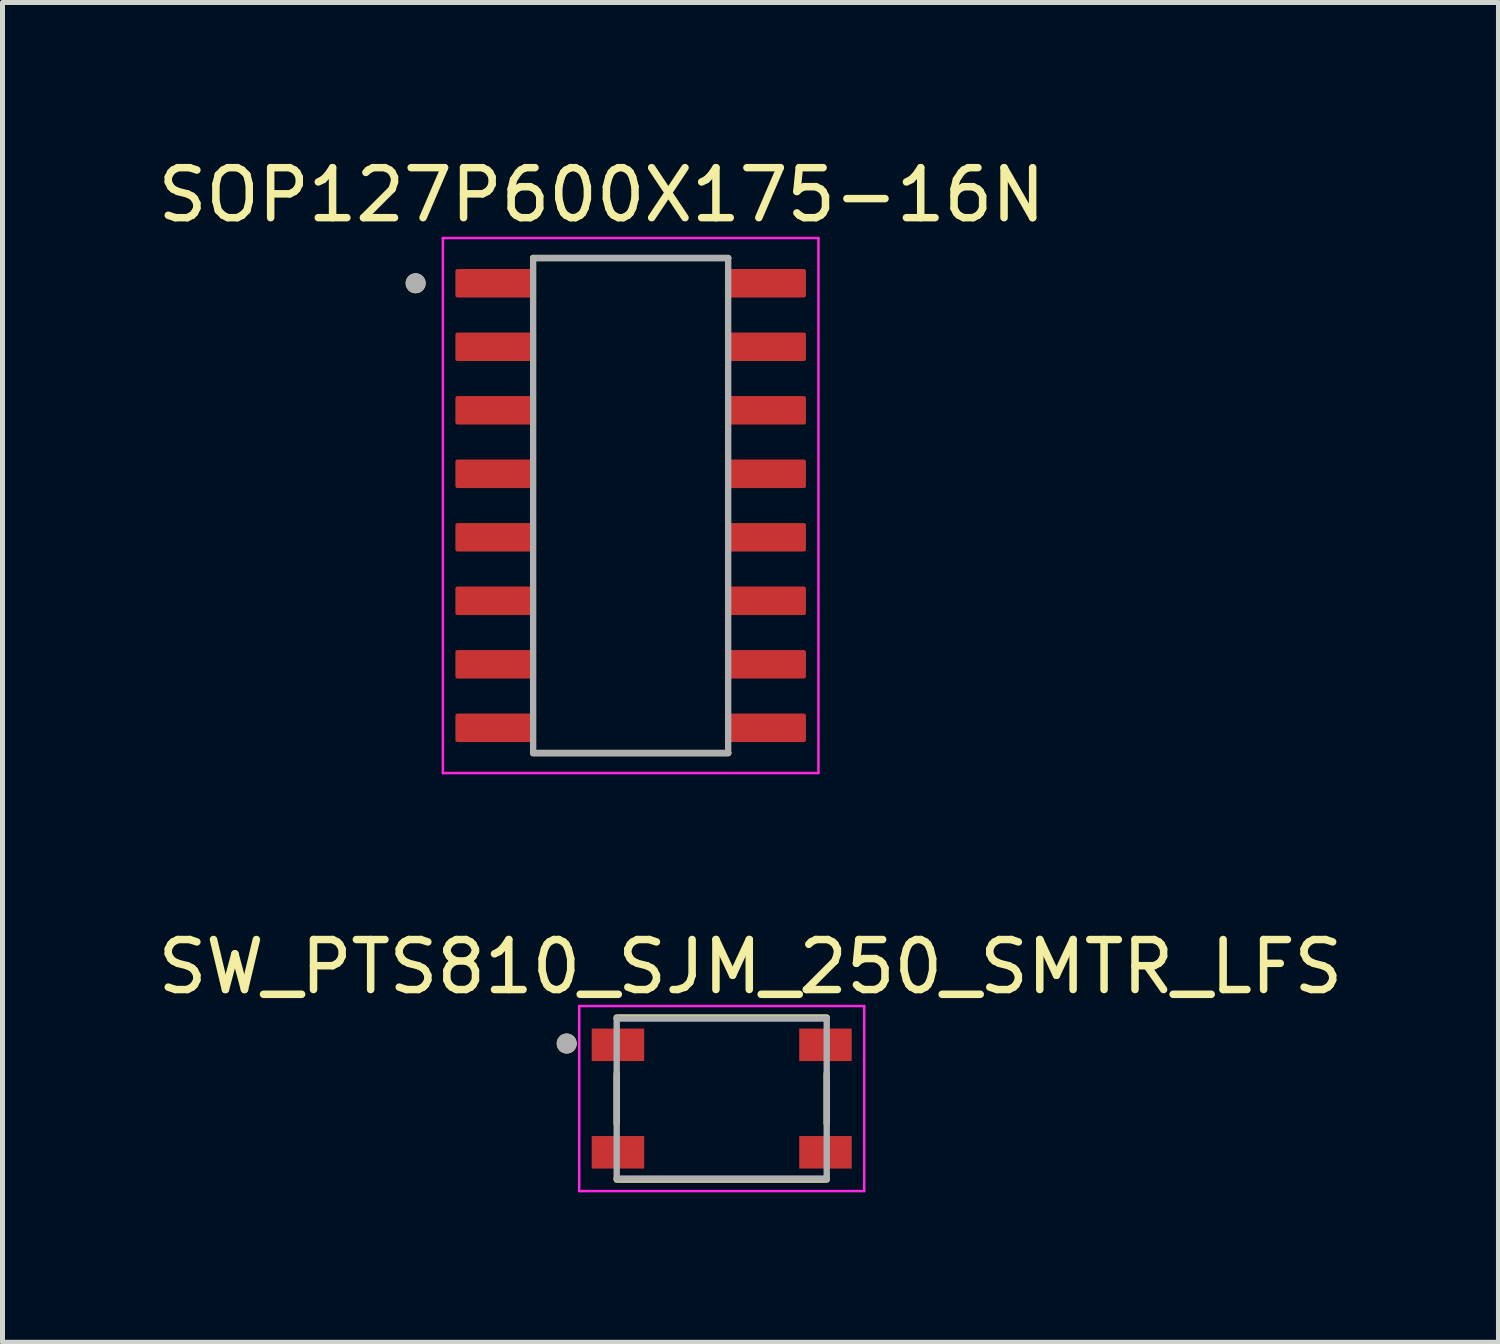
<source format=kicad_pcb>
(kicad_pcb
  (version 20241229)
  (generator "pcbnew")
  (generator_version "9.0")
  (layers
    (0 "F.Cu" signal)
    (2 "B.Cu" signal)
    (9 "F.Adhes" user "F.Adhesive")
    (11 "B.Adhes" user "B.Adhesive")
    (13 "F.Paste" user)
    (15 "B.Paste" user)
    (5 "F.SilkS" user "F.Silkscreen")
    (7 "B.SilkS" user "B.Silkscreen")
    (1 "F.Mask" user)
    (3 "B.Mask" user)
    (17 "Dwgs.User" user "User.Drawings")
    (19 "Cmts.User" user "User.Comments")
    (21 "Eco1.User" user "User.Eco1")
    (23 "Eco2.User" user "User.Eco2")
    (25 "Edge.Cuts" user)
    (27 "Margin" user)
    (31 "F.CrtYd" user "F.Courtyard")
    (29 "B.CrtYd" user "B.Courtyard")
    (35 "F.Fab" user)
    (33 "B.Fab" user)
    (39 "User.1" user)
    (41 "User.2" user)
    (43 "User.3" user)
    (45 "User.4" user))
  (footprint "SOP127P600X175-16N"
    (layer "F.Cu")
    (at 9.562 7.06)
    (property "Reference" "SOP127P600X175-16N" (at -0.58 -6.212 0) (layer "F.SilkS") (effects (font (size 1 1) (thickness 0.15))))
    (attr smd)
    (fp_line (start -1.95 -4.95) (end 1.95 -4.95) (stroke (width 0.127) (type solid)) (layer "F.SilkS"))
    (fp_line (start -1.95 4.95) (end 1.95 4.95) (stroke (width 0.127) (type solid)) (layer "F.SilkS"))
    (fp_circle (center -4.3 -4.445) (end -4.2 -4.445) (stroke (width 0.2) (type solid)) (fill no) (layer "F.SilkS"))
    (fp_line (start -3.755 -5.35) (end -3.755 5.35) (stroke (width 0.05) (type solid)) (layer "F.CrtYd"))
    (fp_line (start -3.755 -5.35) (end 3.755 -5.35) (stroke (width 0.05) (type solid)) (layer "F.CrtYd"))
    (fp_line (start -3.755 5.35) (end 3.755 5.35) (stroke (width 0.05) (type solid)) (layer "F.CrtYd"))
    (fp_line (start 3.755 -5.35) (end 3.755 5.35) (stroke (width 0.05) (type solid)) (layer "F.CrtYd"))
    (fp_line (start -1.95 -4.95) (end -1.95 4.95) (stroke (width 0.127) (type solid)) (layer "F.Fab"))
    (fp_line (start -1.95 -4.95) (end 1.95 -4.95) (stroke (width 0.127) (type solid)) (layer "F.Fab"))
    (fp_line (start -1.95 4.95) (end 1.95 4.95) (stroke (width 0.127) (type solid)) (layer "F.Fab"))
    (fp_line (start 1.95 -4.95) (end 1.95 4.95) (stroke (width 0.127) (type solid)) (layer "F.Fab"))
    (fp_circle (center -4.3 -4.445) (end -4.2 -4.445) (stroke (width 0.2) (type solid)) (fill no) (layer "F.Fab"))
    (pad "1" smd roundrect (at -2.71 -4.445) (size 1.59 0.57) (layers "F.Cu" "F.Mask" "F.Paste") (roundrect_rratio 0.07))
    (pad "2" smd roundrect (at -2.71 -3.175) (size 1.59 0.57) (layers "F.Cu" "F.Mask" "F.Paste") (roundrect_rratio 0.07))
    (pad "3" smd roundrect (at -2.71 -1.905) (size 1.59 0.57) (layers "F.Cu" "F.Mask" "F.Paste") (roundrect_rratio 0.07))
    (pad "4" smd roundrect (at -2.71 -0.635) (size 1.59 0.57) (layers "F.Cu" "F.Mask" "F.Paste") (roundrect_rratio 0.07))
    (pad "5" smd roundrect (at -2.71 0.635) (size 1.59 0.57) (layers "F.Cu" "F.Mask" "F.Paste") (roundrect_rratio 0.07))
    (pad "6" smd roundrect (at -2.71 1.905) (size 1.59 0.57) (layers "F.Cu" "F.Mask" "F.Paste") (roundrect_rratio 0.07))
    (pad "7" smd roundrect (at -2.71 3.175) (size 1.59 0.57) (layers "F.Cu" "F.Mask" "F.Paste") (roundrect_rratio 0.07))
    (pad "8" smd roundrect (at -2.71 4.445) (size 1.59 0.57) (layers "F.Cu" "F.Mask" "F.Paste") (roundrect_rratio 0.07))
    (pad "9" smd roundrect (at 2.71 4.445) (size 1.59 0.57) (layers "F.Cu" "F.Mask" "F.Paste") (roundrect_rratio 0.07))
    (pad "10" smd roundrect (at 2.71 3.175) (size 1.59 0.57) (layers "F.Cu" "F.Mask" "F.Paste") (roundrect_rratio 0.07))
    (pad "11" smd roundrect (at 2.71 1.905) (size 1.59 0.57) (layers "F.Cu" "F.Mask" "F.Paste") (roundrect_rratio 0.07))
    (pad "12" smd roundrect (at 2.71 0.635) (size 1.59 0.57) (layers "F.Cu" "F.Mask" "F.Paste") (roundrect_rratio 0.07))
    (pad "13" smd roundrect (at 2.71 -0.635) (size 1.59 0.57) (layers "F.Cu" "F.Mask" "F.Paste") (roundrect_rratio 0.07))
    (pad "14" smd roundrect (at 2.71 -1.905) (size 1.59 0.57) (layers "F.Cu" "F.Mask" "F.Paste") (roundrect_rratio 0.07))
    (pad "15" smd roundrect (at 2.71 -3.175) (size 1.59 0.57) (layers "F.Cu" "F.Mask" "F.Paste") (roundrect_rratio 0.07))
    (pad "16" smd roundrect (at 2.71 -4.445) (size 1.59 0.57) (layers "F.Cu" "F.Mask" "F.Paste") (roundrect_rratio 0.07)))
  (footprint "SW_PTS810_SJM_250_SMTR_LFS"
    (layer "F.Cu")
    (at 11.383 18.919)
    (property "Reference" "SW_PTS810_SJM_250_SMTR_LFS" (at 0.575 -2.635 0) (layer "F.SilkS") (effects (font (size 1 1) (thickness 0.15))))
    (attr smd)
    (fp_line (start -2.1 -1.62) (end 2.1 -1.62) (stroke (width 0.127) (type solid)) (layer "F.SilkS"))
    (fp_line (start -2.1 0.5) (end -2.1 -0.5) (stroke (width 0.127) (type solid)) (layer "F.SilkS"))
    (fp_line (start 2.1 0.5) (end 2.1 -0.5) (stroke (width 0.127) (type solid)) (layer "F.SilkS"))
    (fp_line (start 2.1 1.62) (end -2.1 1.62) (stroke (width 0.127) (type solid)) (layer "F.SilkS"))
    (fp_circle (center -3.1 -1.1) (end -3 -1.1) (stroke (width 0.2) (type solid)) (fill no) (layer "F.SilkS"))
    (fp_line (start -2.85 -1.85) (end 2.85 -1.85) (stroke (width 0.05) (type solid)) (layer "F.CrtYd"))
    (fp_line (start -2.85 1.85) (end -2.85 -1.85) (stroke (width 0.05) (type solid)) (layer "F.CrtYd"))
    (fp_line (start 2.85 -1.85) (end 2.85 1.85) (stroke (width 0.05) (type solid)) (layer "F.CrtYd"))
    (fp_line (start 2.85 1.85) (end -2.85 1.85) (stroke (width 0.05) (type solid)) (layer "F.CrtYd"))
    (fp_line (start -2.1 -1.6) (end 2.1 -1.6) (stroke (width 0.127) (type solid)) (layer "F.Fab"))
    (fp_line (start -2.1 1.6) (end -2.1 -1.6) (stroke (width 0.127) (type solid)) (layer "F.Fab"))
    (fp_line (start 2.1 -1.6) (end 2.1 1.6) (stroke (width 0.127) (type solid)) (layer "F.Fab"))
    (fp_line (start 2.1 1.6) (end -2.1 1.6) (stroke (width 0.127) (type solid)) (layer "F.Fab"))
    (fp_circle (center -3.1 -1.1) (end -3 -1.1) (stroke (width 0.2) (type solid)) (fill no) (layer "F.Fab"))
    (pad "1" smd rect (at -2.075 -1.075) (size 1.05 0.65) (layers "F.Cu" "F.Mask" "F.Paste"))
    (pad "2" smd rect (at 2.075 -1.075) (size 1.05 0.65) (layers "F.Cu" "F.Mask" "F.Paste"))
    (pad "3" smd rect (at -2.075 1.075) (size 1.05 0.65) (layers "F.Cu" "F.Mask" "F.Paste"))
    (pad "4" smd rect (at 2.075 1.075) (size 1.05 0.65) (layers "F.Cu" "F.Mask" "F.Paste")))
  (gr_rect
    (start -3 -3)
    (end 26.917 23.794)
    (stroke (width 0.1) (type default))
    (fill no)
    (layer "Edge.Cuts")))
</source>
